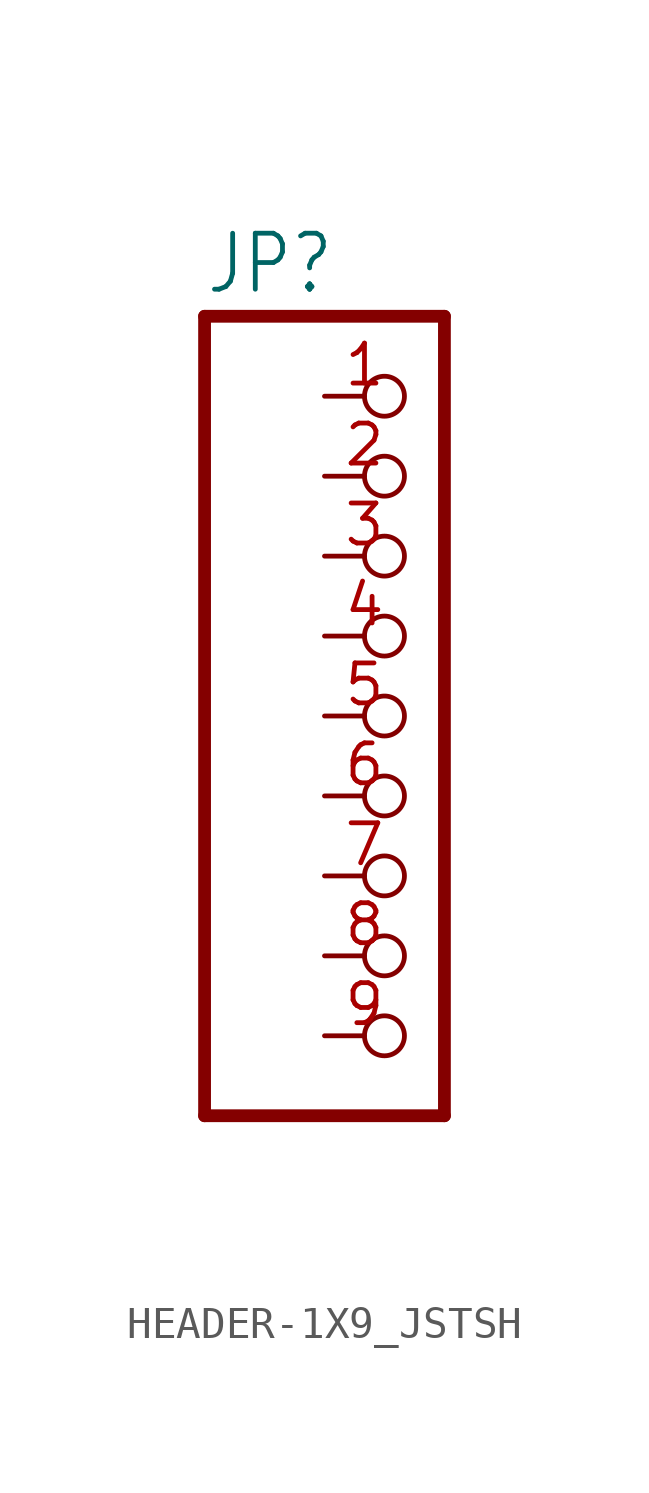
<source format=kicad_sym>
(kicad_symbol_lib
  (version 20220914)
  (generator kicad_symbol_editor)
  (symbol "HEADER-1X9_JSTSH"
    (property "Reference" "JP"
      (at -6.35 13.335 0)
      (effects (font (size 1.778 1.511)) (justify left bottom)))
    (property "Value" ""
      (at -6.35 -15.24 0)
      (effects (font (size 1.778 1.511)) (justify left bottom)))
    (property "ki_locked" ""
      (at 0 0 0)
      (effects (font (size 1.27 1.27))))
    (symbol "HEADER-1X9_JSTSH_1_0"
      (polyline (pts (xy -6.35 -12.7) (xy 1.27 -12.7)) (stroke (width 0.406) (type solid)) (fill (type none)))
      (polyline (pts (xy -6.35 12.7) (xy -6.35 -12.7)) (stroke (width 0.406) (type solid)) (fill (type none)))
      (polyline (pts (xy 1.27 -12.7) (xy 1.27 12.7)) (stroke (width 0.406) (type solid)) (fill (type none)))
      (polyline (pts (xy 1.27 12.7) (xy -6.35 12.7)) (stroke (width 0.406) (type solid)) (fill (type none)))
      (pin passive inverted (at -2.54 10.16 0) (length 2.54) (name "1" (effects (font (size 0 0)))) (number "1" (effects (font (size 1.27 1.27)))))
      (pin passive inverted (at -2.54 7.62 0) (length 2.54) (name "2" (effects (font (size 0 0)))) (number "2" (effects (font (size 1.27 1.27)))))
      (pin passive inverted (at -2.54 5.08 0) (length 2.54) (name "3" (effects (font (size 0 0)))) (number "3" (effects (font (size 1.27 1.27)))))
      (pin passive inverted (at -2.54 2.54 0) (length 2.54) (name "4" (effects (font (size 0 0)))) (number "4" (effects (font (size 1.27 1.27)))))
      (pin passive inverted (at -2.54 0 0) (length 2.54) (name "5" (effects (font (size 0 0)))) (number "5" (effects (font (size 1.27 1.27)))))
      (pin passive inverted (at -2.54 -2.54 0) (length 2.54) (name "6" (effects (font (size 0 0)))) (number "6" (effects (font (size 1.27 1.27)))))
      (pin passive inverted (at -2.54 -5.08 0) (length 2.54) (name "7" (effects (font (size 0 0)))) (number "7" (effects (font (size 1.27 1.27)))))
      (pin passive inverted (at -2.54 -7.62 0) (length 2.54) (name "8" (effects (font (size 0 0)))) (number "8" (effects (font (size 1.27 1.27)))))
      (pin passive inverted (at -2.54 -10.16 0) (length 2.54) (name "9" (effects (font (size 0 0)))) (number "9" (effects (font (size 1.27 1.27))))))))
</source>
